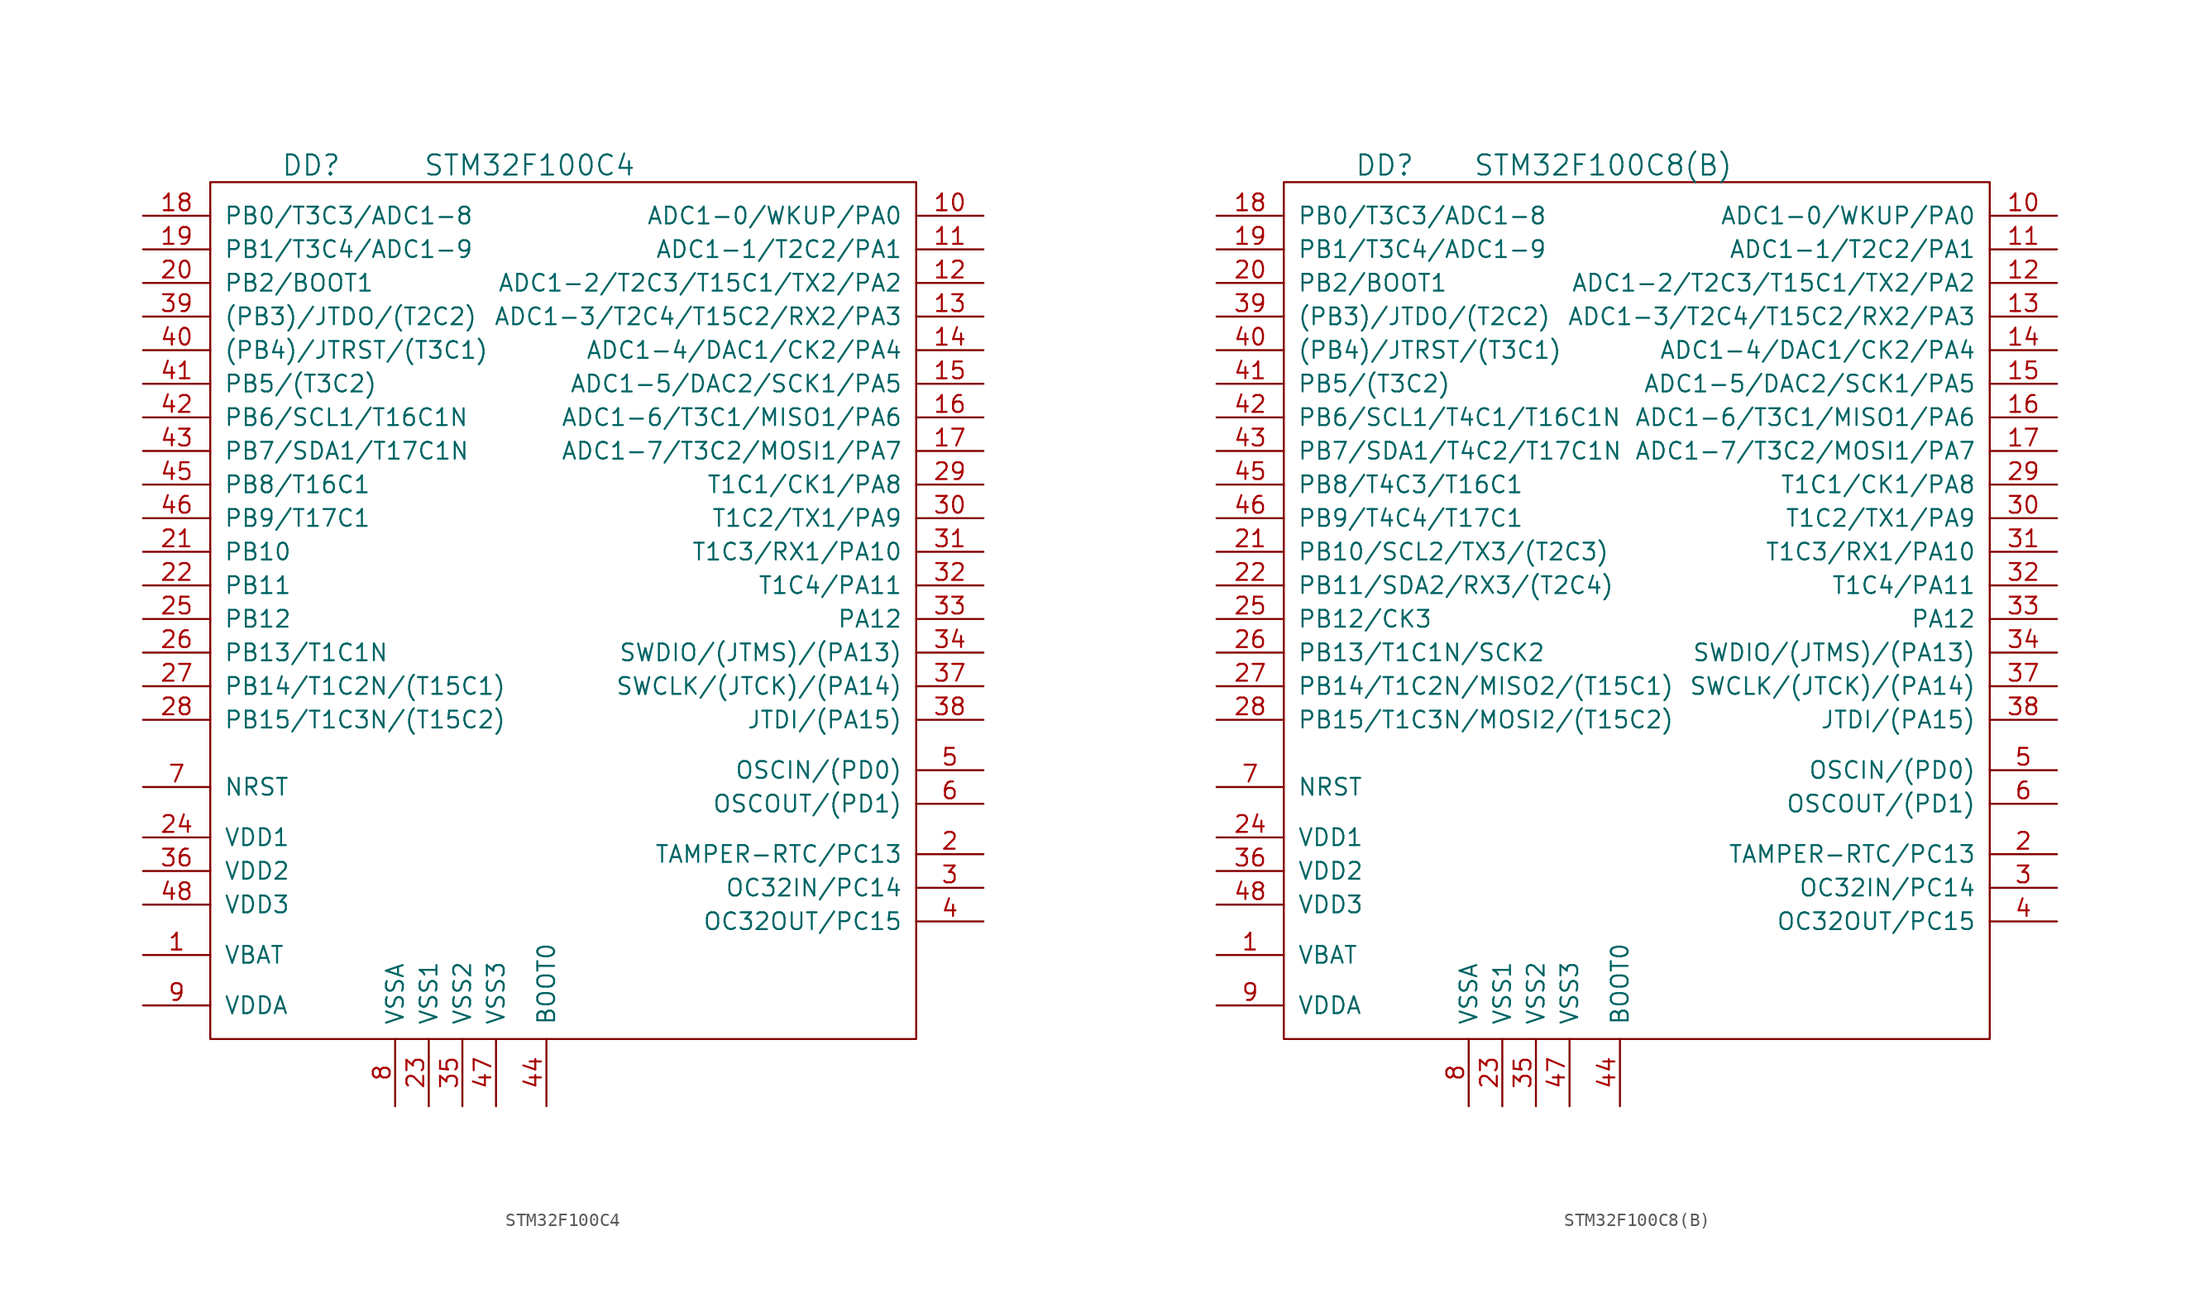
<source format=kicad_sym>
(kicad_symbol_lib
  (version 20201005)
  (generator kicad_symbol_editor)
  (symbol "st_kl:STM32F100C4"
    (pin_names
      (offset 1.016))
    (property "Reference" "DD"
      (at -19.05 34.29 0)
      (effects (font (size 1.524 1.524))))
    (property "Value" "STM32F100C4"
      (at -2.54 34.29 0)
      (effects (font (size 1.524 1.524))))
    (property "Footprint" ""
      (at 0 0 0)
      (effects (font (size 1.524 1.524))))
    (property "Datasheet" ""
      (at 0 0 0)
      (effects (font (size 1.524 1.524))))
    (symbol "STM32F100C4_0_1"
      (rectangle (start -26.67 33.02) (end 26.67 -31.75) (stroke (width 0)) (fill (type none))))
    (symbol "STM32F100C4_1_1"
      (pin power_in line (at -31.75 -25.4 0) (length 5.08) (name "VBAT" (effects (font (size 1.27 1.27)))) (number "1" (effects (font (size 1.27 1.27)))))
      (pin passive line (at 31.75 30.48 180) (length 5.08) (name "ADC1-0/WKUP/PA0" (effects (font (size 1.27 1.27)))) (number "10" (effects (font (size 1.27 1.27)))))
      (pin passive line (at 31.75 27.94 180) (length 5.08) (name "ADC1-1/T2C2/PA1" (effects (font (size 1.27 1.27)))) (number "11" (effects (font (size 1.27 1.27)))))
      (pin passive line (at 31.75 25.4 180) (length 5.08) (name "ADC1-2/T2C3/T15C1/TX2/PA2" (effects (font (size 1.27 1.27)))) (number "12" (effects (font (size 1.27 1.27)))))
      (pin passive line (at 31.75 22.86 180) (length 5.08) (name "ADC1-3/T2C4/T15C2/RX2/PA3" (effects (font (size 1.27 1.27)))) (number "13" (effects (font (size 1.27 1.27)))))
      (pin passive line (at 31.75 20.32 180) (length 5.08) (name "ADC1-4/DAC1/CK2/PA4" (effects (font (size 1.27 1.27)))) (number "14" (effects (font (size 1.27 1.27)))))
      (pin passive line (at 31.75 17.78 180) (length 5.08) (name "ADC1-5/DAC2/SCK1/PA5" (effects (font (size 1.27 1.27)))) (number "15" (effects (font (size 1.27 1.27)))))
      (pin passive line (at 31.75 15.24 180) (length 5.08) (name "ADC1-6/T3C1/MISO1/PA6" (effects (font (size 1.27 1.27)))) (number "16" (effects (font (size 1.27 1.27)))))
      (pin passive line (at 31.75 12.7 180) (length 5.08) (name "ADC1-7/T3C2/MOSI1/PA7" (effects (font (size 1.27 1.27)))) (number "17" (effects (font (size 1.27 1.27)))))
      (pin passive line (at -31.75 30.48 0) (length 5.08) (name "PB0/T3C3/ADC1-8" (effects (font (size 1.27 1.27)))) (number "18" (effects (font (size 1.27 1.27)))))
      (pin passive line (at -31.75 27.94 0) (length 5.08) (name "PB1/T3C4/ADC1-9" (effects (font (size 1.27 1.27)))) (number "19" (effects (font (size 1.27 1.27)))))
      (pin passive line (at 31.75 -17.78 180) (length 5.08) (name "TAMPER-RTC/PC13" (effects (font (size 1.27 1.27)))) (number "2" (effects (font (size 1.27 1.27)))))
      (pin passive line (at -31.75 25.4 0) (length 5.08) (name "PB2/BOOT1" (effects (font (size 1.27 1.27)))) (number "20" (effects (font (size 1.27 1.27)))))
      (pin passive line (at -31.75 5.08 0) (length 5.08) (name "PB10" (effects (font (size 1.27 1.27)))) (number "21" (effects (font (size 1.27 1.27)))))
      (pin passive line (at -31.75 2.54 0) (length 5.08) (name "PB11" (effects (font (size 1.27 1.27)))) (number "22" (effects (font (size 1.27 1.27)))))
      (pin power_in line (at -10.16 -36.83 90) (length 5.08) (name "VSS1" (effects (font (size 1.27 1.27)))) (number "23" (effects (font (size 1.27 1.27)))))
      (pin power_in line (at -31.75 -16.51 0) (length 5.08) (name "VDD1" (effects (font (size 1.27 1.27)))) (number "24" (effects (font (size 1.27 1.27)))))
      (pin passive line (at -31.75 0 0) (length 5.08) (name "PB12" (effects (font (size 1.27 1.27)))) (number "25" (effects (font (size 1.27 1.27)))))
      (pin passive line (at -31.75 -2.54 0) (length 5.08) (name "PB13/T1C1N" (effects (font (size 1.27 1.27)))) (number "26" (effects (font (size 1.27 1.27)))))
      (pin passive line (at -31.75 -5.08 0) (length 5.08) (name "PB14/T1C2N/(T15C1)" (effects (font (size 1.27 1.27)))) (number "27" (effects (font (size 1.27 1.27)))))
      (pin passive line (at -31.75 -7.62 0) (length 5.08) (name "PB15/T1C3N/(T15C2)" (effects (font (size 1.27 1.27)))) (number "28" (effects (font (size 1.27 1.27)))))
      (pin passive line (at 31.75 10.16 180) (length 5.08) (name "T1C1/CK1/PA8" (effects (font (size 1.27 1.27)))) (number "29" (effects (font (size 1.27 1.27)))))
      (pin passive line (at 31.75 -20.32 180) (length 5.08) (name "OC32IN/PC14" (effects (font (size 1.27 1.27)))) (number "3" (effects (font (size 1.27 1.27)))))
      (pin passive line (at 31.75 7.62 180) (length 5.08) (name "T1C2/TX1/PA9" (effects (font (size 1.27 1.27)))) (number "30" (effects (font (size 1.27 1.27)))))
      (pin passive line (at 31.75 5.08 180) (length 5.08) (name "T1C3/RX1/PA10" (effects (font (size 1.27 1.27)))) (number "31" (effects (font (size 1.27 1.27)))))
      (pin passive line (at 31.75 2.54 180) (length 5.08) (name "T1C4/PA11" (effects (font (size 1.27 1.27)))) (number "32" (effects (font (size 1.27 1.27)))))
      (pin passive line (at 31.75 0 180) (length 5.08) (name "PA12" (effects (font (size 1.27 1.27)))) (number "33" (effects (font (size 1.27 1.27)))))
      (pin passive line (at 31.75 -2.54 180) (length 5.08) (name "SWDIO/(JTMS)/(PA13)" (effects (font (size 1.27 1.27)))) (number "34" (effects (font (size 1.27 1.27)))))
      (pin power_in line (at -7.62 -36.83 90) (length 5.08) (name "VSS2" (effects (font (size 1.27 1.27)))) (number "35" (effects (font (size 1.27 1.27)))))
      (pin power_in line (at -31.75 -19.05 0) (length 5.08) (name "VDD2" (effects (font (size 1.27 1.27)))) (number "36" (effects (font (size 1.27 1.27)))))
      (pin passive line (at 31.75 -5.08 180) (length 5.08) (name "SWCLK/(JTCK)/(PA14)" (effects (font (size 1.27 1.27)))) (number "37" (effects (font (size 1.27 1.27)))))
      (pin passive line (at 31.75 -7.62 180) (length 5.08) (name "JTDI/(PA15)" (effects (font (size 1.27 1.27)))) (number "38" (effects (font (size 1.27 1.27)))))
      (pin passive line (at -31.75 22.86 0) (length 5.08) (name "(PB3)/JTDO/(T2C2)" (effects (font (size 1.27 1.27)))) (number "39" (effects (font (size 1.27 1.27)))))
      (pin passive line (at 31.75 -22.86 180) (length 5.08) (name "OC32OUT/PC15" (effects (font (size 1.27 1.27)))) (number "4" (effects (font (size 1.27 1.27)))))
      (pin passive line (at -31.75 20.32 0) (length 5.08) (name "(PB4)/JTRST/(T3C1)" (effects (font (size 1.27 1.27)))) (number "40" (effects (font (size 1.27 1.27)))))
      (pin passive line (at -31.75 17.78 0) (length 5.08) (name "PB5/(T3C2)" (effects (font (size 1.27 1.27)))) (number "41" (effects (font (size 1.27 1.27)))))
      (pin passive line (at -31.75 15.24 0) (length 5.08) (name "PB6/SCL1/T16C1N" (effects (font (size 1.27 1.27)))) (number "42" (effects (font (size 1.27 1.27)))))
      (pin passive line (at -31.75 12.7 0) (length 5.08) (name "PB7/SDA1/T17C1N" (effects (font (size 1.27 1.27)))) (number "43" (effects (font (size 1.27 1.27)))))
      (pin passive line (at -1.27 -36.83 90) (length 5.08) (name "BOOT0" (effects (font (size 1.27 1.27)))) (number "44" (effects (font (size 1.27 1.27)))))
      (pin passive line (at -31.75 10.16 0) (length 5.08) (name "PB8/T16C1" (effects (font (size 1.27 1.27)))) (number "45" (effects (font (size 1.27 1.27)))))
      (pin passive line (at -31.75 7.62 0) (length 5.08) (name "PB9/T17C1" (effects (font (size 1.27 1.27)))) (number "46" (effects (font (size 1.27 1.27)))))
      (pin power_in line (at -5.08 -36.83 90) (length 5.08) (name "VSS3" (effects (font (size 1.27 1.27)))) (number "47" (effects (font (size 1.27 1.27)))))
      (pin power_in line (at -31.75 -21.59 0) (length 5.08) (name "VDD3" (effects (font (size 1.27 1.27)))) (number "48" (effects (font (size 1.27 1.27)))))
      (pin passive line (at 31.75 -11.43 180) (length 5.08) (name "OSCIN/(PD0)" (effects (font (size 1.27 1.27)))) (number "5" (effects (font (size 1.27 1.27)))))
      (pin passive line (at 31.75 -13.97 180) (length 5.08) (name "OSCOUT/(PD1)" (effects (font (size 1.27 1.27)))) (number "6" (effects (font (size 1.27 1.27)))))
      (pin passive line (at -31.75 -12.7 0) (length 5.08) (name "NRST" (effects (font (size 1.27 1.27)))) (number "7" (effects (font (size 1.27 1.27)))))
      (pin power_in line (at -12.7 -36.83 90) (length 5.08) (name "VSSA" (effects (font (size 1.27 1.27)))) (number "8" (effects (font (size 1.27 1.27)))))
      (pin power_in line (at -31.75 -29.21 0) (length 5.08) (name "VDDA" (effects (font (size 1.27 1.27)))) (number "9" (effects (font (size 1.27 1.27)))))))
  (symbol "st_kl:STM32F100C8(B)"
    (pin_names
      (offset 1.016))
    (property "Reference" "DD"
      (at -19.05 34.29 0)
      (effects (font (size 1.524 1.524))))
    (property "Value" "STM32F100C8(B)"
      (at -2.54 34.29 0)
      (effects (font (size 1.524 1.524))))
    (property "Footprint" ""
      (at 0 0 0)
      (effects (font (size 1.524 1.524))))
    (property "Datasheet" ""
      (at 0 0 0)
      (effects (font (size 1.524 1.524))))
    (symbol "STM32F100C8(B)_0_1"
      (rectangle (start -26.67 33.02) (end 26.67 -31.75) (stroke (width 0)) (fill (type none))))
    (symbol "STM32F100C8(B)_1_1"
      (pin power_in line (at -31.75 -25.4 0) (length 5.08) (name "VBAT" (effects (font (size 1.27 1.27)))) (number "1" (effects (font (size 1.27 1.27)))))
      (pin passive line (at 31.75 30.48 180) (length 5.08) (name "ADC1-0/WKUP/PA0" (effects (font (size 1.27 1.27)))) (number "10" (effects (font (size 1.27 1.27)))))
      (pin passive line (at 31.75 27.94 180) (length 5.08) (name "ADC1-1/T2C2/PA1" (effects (font (size 1.27 1.27)))) (number "11" (effects (font (size 1.27 1.27)))))
      (pin passive line (at 31.75 25.4 180) (length 5.08) (name "ADC1-2/T2C3/T15C1/TX2/PA2" (effects (font (size 1.27 1.27)))) (number "12" (effects (font (size 1.27 1.27)))))
      (pin passive line (at 31.75 22.86 180) (length 5.08) (name "ADC1-3/T2C4/T15C2/RX2/PA3" (effects (font (size 1.27 1.27)))) (number "13" (effects (font (size 1.27 1.27)))))
      (pin passive line (at 31.75 20.32 180) (length 5.08) (name "ADC1-4/DAC1/CK2/PA4" (effects (font (size 1.27 1.27)))) (number "14" (effects (font (size 1.27 1.27)))))
      (pin passive line (at 31.75 17.78 180) (length 5.08) (name "ADC1-5/DAC2/SCK1/PA5" (effects (font (size 1.27 1.27)))) (number "15" (effects (font (size 1.27 1.27)))))
      (pin passive line (at 31.75 15.24 180) (length 5.08) (name "ADC1-6/T3C1/MISO1/PA6" (effects (font (size 1.27 1.27)))) (number "16" (effects (font (size 1.27 1.27)))))
      (pin passive line (at 31.75 12.7 180) (length 5.08) (name "ADC1-7/T3C2/MOSI1/PA7" (effects (font (size 1.27 1.27)))) (number "17" (effects (font (size 1.27 1.27)))))
      (pin passive line (at -31.75 30.48 0) (length 5.08) (name "PB0/T3C3/ADC1-8" (effects (font (size 1.27 1.27)))) (number "18" (effects (font (size 1.27 1.27)))))
      (pin passive line (at -31.75 27.94 0) (length 5.08) (name "PB1/T3C4/ADC1-9" (effects (font (size 1.27 1.27)))) (number "19" (effects (font (size 1.27 1.27)))))
      (pin passive line (at 31.75 -17.78 180) (length 5.08) (name "TAMPER-RTC/PC13" (effects (font (size 1.27 1.27)))) (number "2" (effects (font (size 1.27 1.27)))))
      (pin passive line (at -31.75 25.4 0) (length 5.08) (name "PB2/BOOT1" (effects (font (size 1.27 1.27)))) (number "20" (effects (font (size 1.27 1.27)))))
      (pin passive line (at -31.75 5.08 0) (length 5.08) (name "PB10/SCL2/TX3/(T2C3)" (effects (font (size 1.27 1.27)))) (number "21" (effects (font (size 1.27 1.27)))))
      (pin passive line (at -31.75 2.54 0) (length 5.08) (name "PB11/SDA2/RX3/(T2C4)" (effects (font (size 1.27 1.27)))) (number "22" (effects (font (size 1.27 1.27)))))
      (pin power_in line (at -10.16 -36.83 90) (length 5.08) (name "VSS1" (effects (font (size 1.27 1.27)))) (number "23" (effects (font (size 1.27 1.27)))))
      (pin power_in line (at -31.75 -16.51 0) (length 5.08) (name "VDD1" (effects (font (size 1.27 1.27)))) (number "24" (effects (font (size 1.27 1.27)))))
      (pin passive line (at -31.75 0 0) (length 5.08) (name "PB12/CK3" (effects (font (size 1.27 1.27)))) (number "25" (effects (font (size 1.27 1.27)))))
      (pin passive line (at -31.75 -2.54 0) (length 5.08) (name "PB13/T1C1N/SCK2" (effects (font (size 1.27 1.27)))) (number "26" (effects (font (size 1.27 1.27)))))
      (pin passive line (at -31.75 -5.08 0) (length 5.08) (name "PB14/T1C2N/MISO2/(T15C1)" (effects (font (size 1.27 1.27)))) (number "27" (effects (font (size 1.27 1.27)))))
      (pin passive line (at -31.75 -7.62 0) (length 5.08) (name "PB15/T1C3N/MOSI2/(T15C2)" (effects (font (size 1.27 1.27)))) (number "28" (effects (font (size 1.27 1.27)))))
      (pin passive line (at 31.75 10.16 180) (length 5.08) (name "T1C1/CK1/PA8" (effects (font (size 1.27 1.27)))) (number "29" (effects (font (size 1.27 1.27)))))
      (pin passive line (at 31.75 -20.32 180) (length 5.08) (name "OC32IN/PC14" (effects (font (size 1.27 1.27)))) (number "3" (effects (font (size 1.27 1.27)))))
      (pin passive line (at 31.75 7.62 180) (length 5.08) (name "T1C2/TX1/PA9" (effects (font (size 1.27 1.27)))) (number "30" (effects (font (size 1.27 1.27)))))
      (pin passive line (at 31.75 5.08 180) (length 5.08) (name "T1C3/RX1/PA10" (effects (font (size 1.27 1.27)))) (number "31" (effects (font (size 1.27 1.27)))))
      (pin passive line (at 31.75 2.54 180) (length 5.08) (name "T1C4/PA11" (effects (font (size 1.27 1.27)))) (number "32" (effects (font (size 1.27 1.27)))))
      (pin passive line (at 31.75 0 180) (length 5.08) (name "PA12" (effects (font (size 1.27 1.27)))) (number "33" (effects (font (size 1.27 1.27)))))
      (pin passive line (at 31.75 -2.54 180) (length 5.08) (name "SWDIO/(JTMS)/(PA13)" (effects (font (size 1.27 1.27)))) (number "34" (effects (font (size 1.27 1.27)))))
      (pin power_in line (at -7.62 -36.83 90) (length 5.08) (name "VSS2" (effects (font (size 1.27 1.27)))) (number "35" (effects (font (size 1.27 1.27)))))
      (pin power_in line (at -31.75 -19.05 0) (length 5.08) (name "VDD2" (effects (font (size 1.27 1.27)))) (number "36" (effects (font (size 1.27 1.27)))))
      (pin passive line (at 31.75 -5.08 180) (length 5.08) (name "SWCLK/(JTCK)/(PA14)" (effects (font (size 1.27 1.27)))) (number "37" (effects (font (size 1.27 1.27)))))
      (pin passive line (at 31.75 -7.62 180) (length 5.08) (name "JTDI/(PA15)" (effects (font (size 1.27 1.27)))) (number "38" (effects (font (size 1.27 1.27)))))
      (pin passive line (at -31.75 22.86 0) (length 5.08) (name "(PB3)/JTDO/(T2C2)" (effects (font (size 1.27 1.27)))) (number "39" (effects (font (size 1.27 1.27)))))
      (pin passive line (at 31.75 -22.86 180) (length 5.08) (name "OC32OUT/PC15" (effects (font (size 1.27 1.27)))) (number "4" (effects (font (size 1.27 1.27)))))
      (pin passive line (at -31.75 20.32 0) (length 5.08) (name "(PB4)/JTRST/(T3C1)" (effects (font (size 1.27 1.27)))) (number "40" (effects (font (size 1.27 1.27)))))
      (pin passive line (at -31.75 17.78 0) (length 5.08) (name "PB5/(T3C2)" (effects (font (size 1.27 1.27)))) (number "41" (effects (font (size 1.27 1.27)))))
      (pin passive line (at -31.75 15.24 0) (length 5.08) (name "PB6/SCL1/T4C1/T16C1N" (effects (font (size 1.27 1.27)))) (number "42" (effects (font (size 1.27 1.27)))))
      (pin passive line (at -31.75 12.7 0) (length 5.08) (name "PB7/SDA1/T4C2/T17C1N" (effects (font (size 1.27 1.27)))) (number "43" (effects (font (size 1.27 1.27)))))
      (pin passive line (at -1.27 -36.83 90) (length 5.08) (name "BOOT0" (effects (font (size 1.27 1.27)))) (number "44" (effects (font (size 1.27 1.27)))))
      (pin passive line (at -31.75 10.16 0) (length 5.08) (name "PB8/T4C3/T16C1" (effects (font (size 1.27 1.27)))) (number "45" (effects (font (size 1.27 1.27)))))
      (pin passive line (at -31.75 7.62 0) (length 5.08) (name "PB9/T4C4/T17C1" (effects (font (size 1.27 1.27)))) (number "46" (effects (font (size 1.27 1.27)))))
      (pin power_in line (at -5.08 -36.83 90) (length 5.08) (name "VSS3" (effects (font (size 1.27 1.27)))) (number "47" (effects (font (size 1.27 1.27)))))
      (pin power_in line (at -31.75 -21.59 0) (length 5.08) (name "VDD3" (effects (font (size 1.27 1.27)))) (number "48" (effects (font (size 1.27 1.27)))))
      (pin passive line (at 31.75 -11.43 180) (length 5.08) (name "OSCIN/(PD0)" (effects (font (size 1.27 1.27)))) (number "5" (effects (font (size 1.27 1.27)))))
      (pin passive line (at 31.75 -13.97 180) (length 5.08) (name "OSCOUT/(PD1)" (effects (font (size 1.27 1.27)))) (number "6" (effects (font (size 1.27 1.27)))))
      (pin passive line (at -31.75 -12.7 0) (length 5.08) (name "NRST" (effects (font (size 1.27 1.27)))) (number "7" (effects (font (size 1.27 1.27)))))
      (pin power_in line (at -12.7 -36.83 90) (length 5.08) (name "VSSA" (effects (font (size 1.27 1.27)))) (number "8" (effects (font (size 1.27 1.27)))))
      (pin power_in line (at -31.75 -29.21 0) (length 5.08) (name "VDDA" (effects (font (size 1.27 1.27)))) (number "9" (effects (font (size 1.27 1.27))))))))
</source>
